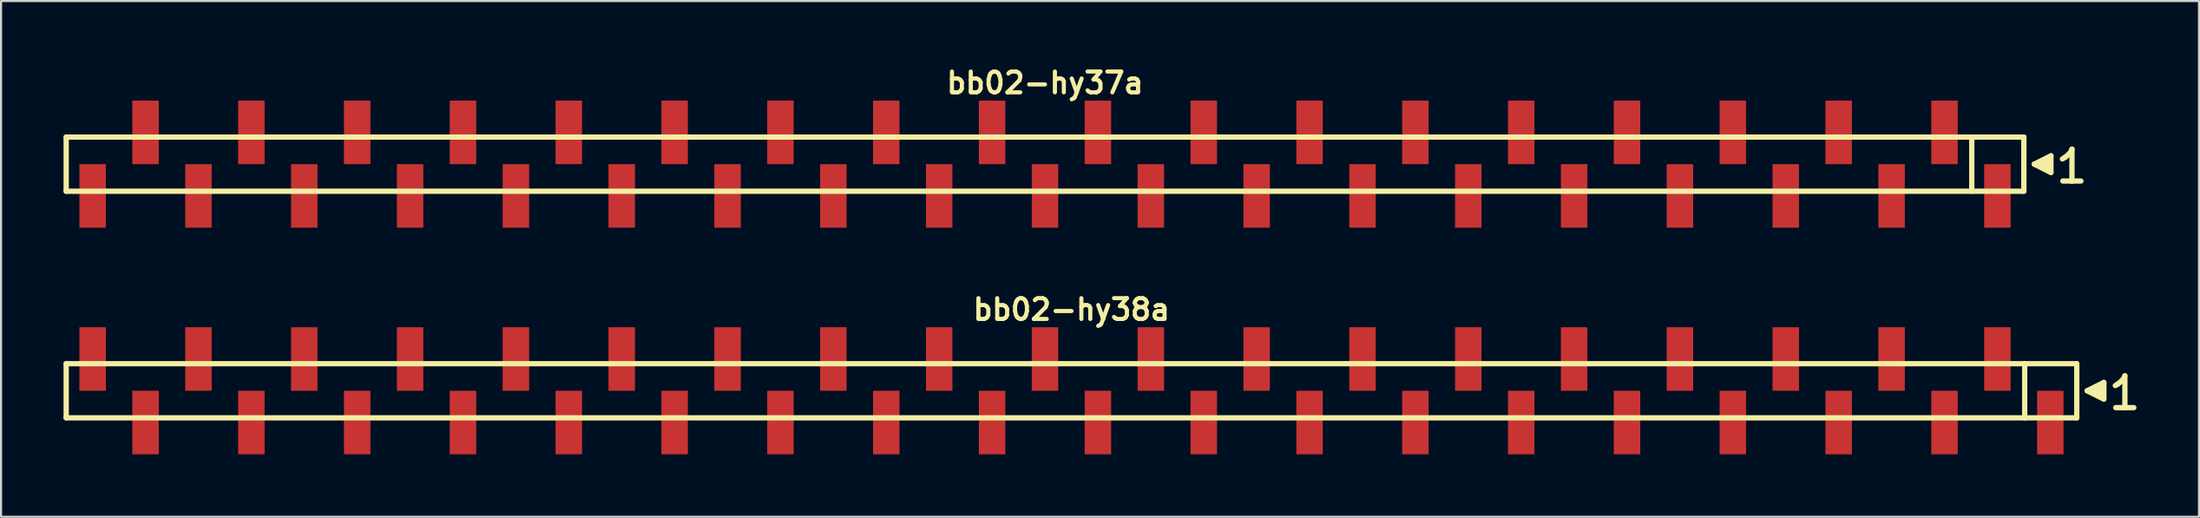
<source format=kicad_pcb>
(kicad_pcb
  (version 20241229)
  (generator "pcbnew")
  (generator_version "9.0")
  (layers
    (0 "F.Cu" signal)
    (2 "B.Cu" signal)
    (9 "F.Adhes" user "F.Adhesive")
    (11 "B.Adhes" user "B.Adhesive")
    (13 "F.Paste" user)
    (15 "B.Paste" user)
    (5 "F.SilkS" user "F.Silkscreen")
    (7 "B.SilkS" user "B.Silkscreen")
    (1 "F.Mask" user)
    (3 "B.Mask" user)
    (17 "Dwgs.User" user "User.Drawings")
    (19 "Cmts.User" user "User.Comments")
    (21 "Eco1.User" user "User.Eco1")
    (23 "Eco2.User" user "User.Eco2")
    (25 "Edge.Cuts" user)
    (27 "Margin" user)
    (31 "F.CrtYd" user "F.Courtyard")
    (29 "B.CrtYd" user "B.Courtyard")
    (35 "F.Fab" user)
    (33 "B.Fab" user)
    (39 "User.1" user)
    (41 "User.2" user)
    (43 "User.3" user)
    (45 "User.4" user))
  (footprint "bb02-hy37a"
    (layer "F.Cu")
    (at 47.117 4.832)
    (property "Reference" "bb02-hy37a" (at 0 -3.9 0) (layer "F.SilkS") (effects (font (size 0.998 0.998) (thickness 0.198))))
    (attr through_hole)
    (fp_line (start -46.99 -1.3) (end 46.99 -1.3) (stroke (width 0.254) (type solid)) (layer "F.SilkS"))
    (fp_line (start -46.99 1.3) (end -46.99 -1.3) (stroke (width 0.254) (type solid)) (layer "F.SilkS"))
    (fp_line (start 44.49 1.3) (end 44.49 -1.3) (stroke (width 0.254) (type solid)) (layer "F.SilkS"))
    (fp_line (start 46.99 -1.3) (end 46.99 1.3) (stroke (width 0.254) (type solid)) (layer "F.SilkS"))
    (fp_line (start 46.99 1.3) (end -46.99 1.3) (stroke (width 0.254) (type solid)) (layer "F.SilkS"))
    (fp_line (start 47.49 0) (end 48.29 0.4) (stroke (width 0.254) (type solid)) (layer "F.SilkS"))
    (fp_line (start 47.79 0.1) (end 47.79 -0.1) (stroke (width 0.254) (type solid)) (layer "F.SilkS"))
    (fp_line (start 47.89 -0.1) (end 47.89 0.1) (stroke (width 0.254) (type solid)) (layer "F.SilkS"))
    (fp_line (start 47.99 0.2) (end 47.99 -0.2) (stroke (width 0.254) (type solid)) (layer "F.SilkS"))
    (fp_line (start 48.09 -0.2) (end 48.09 0.2) (stroke (width 0.254) (type solid)) (layer "F.SilkS"))
    (fp_line (start 48.19 0.3) (end 48.19 -0.3) (stroke (width 0.254) (type solid)) (layer "F.SilkS"))
    (fp_line (start 48.29 -0.4) (end 47.49 0) (stroke (width 0.254) (type solid)) (layer "F.SilkS"))
    (fp_line (start 48.29 0.4) (end 48.29 -0.4) (stroke (width 0.254) (type solid)) (layer "F.SilkS"))
    (fp_line (start 48.84 -0.25) (end 48.97 -0.33) (stroke (width 0.254) (type solid)) (layer "F.SilkS"))
    (fp_line (start 48.97 -0.33) (end 49.13 -0.46) (stroke (width 0.254) (type solid)) (layer "F.SilkS"))
    (fp_line (start 49.13 -0.46) (end 49.27 -0.63) (stroke (width 0.254) (type solid)) (layer "F.SilkS"))
    (fp_line (start 49.27 -0.63) (end 49.3 -0.72) (stroke (width 0.254) (type solid)) (layer "F.SilkS"))
    (fp_line (start 49.3 -0.72) (end 49.3 0.81) (stroke (width 0.254) (type solid)) (layer "F.SilkS"))
    (fp_line (start 49.3 0.81) (end 48.86 0.81) (stroke (width 0.254) (type solid)) (layer "F.SilkS"))
    (fp_line (start 49.73 0.81) (end 49.29 0.81) (stroke (width 0.254) (type solid)) (layer "F.SilkS"))
    (pad "1" smd rect (at 45.72 1.525) (size 1.27 3.05) (layers "F.Cu" "F.Mask" "F.Paste"))
    (pad "2" smd rect (at 43.18 -1.525) (size 1.27 3.05) (layers "F.Cu" "F.Mask" "F.Paste"))
    (pad "3" smd rect (at 40.64 1.525) (size 1.27 3.05) (layers "F.Cu" "F.Mask" "F.Paste"))
    (pad "4" smd rect (at 38.1 -1.525) (size 1.27 3.05) (layers "F.Cu" "F.Mask" "F.Paste"))
    (pad "5" smd rect (at 35.56 1.525) (size 1.27 3.05) (layers "F.Cu" "F.Mask" "F.Paste"))
    (pad "6" smd rect (at 33.02 -1.525) (size 1.27 3.05) (layers "F.Cu" "F.Mask" "F.Paste"))
    (pad "7" smd rect (at 30.48 1.525) (size 1.27 3.05) (layers "F.Cu" "F.Mask" "F.Paste"))
    (pad "8" smd rect (at 27.94 -1.525) (size 1.27 3.05) (layers "F.Cu" "F.Mask" "F.Paste"))
    (pad "9" smd rect (at 25.4 1.525) (size 1.27 3.05) (layers "F.Cu" "F.Mask" "F.Paste"))
    (pad "10" smd rect (at 22.86 -1.525) (size 1.27 3.05) (layers "F.Cu" "F.Mask" "F.Paste"))
    (pad "11" smd rect (at 20.32 1.525) (size 1.27 3.05) (layers "F.Cu" "F.Mask" "F.Paste"))
    (pad "12" smd rect (at 17.78 -1.525) (size 1.27 3.05) (layers "F.Cu" "F.Mask" "F.Paste"))
    (pad "13" smd rect (at 15.24 1.525) (size 1.27 3.05) (layers "F.Cu" "F.Mask" "F.Paste"))
    (pad "14" smd rect (at 12.7 -1.525) (size 1.27 3.05) (layers "F.Cu" "F.Mask" "F.Paste"))
    (pad "15" smd rect (at 10.16 1.525) (size 1.27 3.05) (layers "F.Cu" "F.Mask" "F.Paste"))
    (pad "16" smd rect (at 7.62 -1.525) (size 1.27 3.05) (layers "F.Cu" "F.Mask" "F.Paste"))
    (pad "17" smd rect (at 5.08 1.525) (size 1.27 3.05) (layers "F.Cu" "F.Mask" "F.Paste"))
    (pad "18" smd rect (at 2.54 -1.525) (size 1.27 3.05) (layers "F.Cu" "F.Mask" "F.Paste"))
    (pad "19" smd rect (at 0 1.525) (size 1.27 3.05) (layers "F.Cu" "F.Mask" "F.Paste"))
    (pad "20" smd rect (at -2.54 -1.525) (size 1.27 3.05) (layers "F.Cu" "F.Mask" "F.Paste"))
    (pad "21" smd rect (at -5.08 1.525) (size 1.27 3.05) (layers "F.Cu" "F.Mask" "F.Paste"))
    (pad "22" smd rect (at -7.62 -1.525) (size 1.27 3.05) (layers "F.Cu" "F.Mask" "F.Paste"))
    (pad "23" smd rect (at -10.16 1.525) (size 1.27 3.05) (layers "F.Cu" "F.Mask" "F.Paste"))
    (pad "24" smd rect (at -12.7 -1.525) (size 1.27 3.05) (layers "F.Cu" "F.Mask" "F.Paste"))
    (pad "25" smd rect (at -15.24 1.525) (size 1.27 3.05) (layers "F.Cu" "F.Mask" "F.Paste"))
    (pad "26" smd rect (at -17.78 -1.525) (size 1.27 3.05) (layers "F.Cu" "F.Mask" "F.Paste"))
    (pad "27" smd rect (at -20.32 1.525) (size 1.27 3.05) (layers "F.Cu" "F.Mask" "F.Paste"))
    (pad "28" smd rect (at -22.86 -1.525) (size 1.27 3.05) (layers "F.Cu" "F.Mask" "F.Paste"))
    (pad "29" smd rect (at -25.4 1.525) (size 1.27 3.05) (layers "F.Cu" "F.Mask" "F.Paste"))
    (pad "30" smd rect (at -27.94 -1.525) (size 1.27 3.05) (layers "F.Cu" "F.Mask" "F.Paste"))
    (pad "31" smd rect (at -30.48 1.525) (size 1.27 3.05) (layers "F.Cu" "F.Mask" "F.Paste"))
    (pad "32" smd rect (at -33.02 -1.525) (size 1.27 3.05) (layers "F.Cu" "F.Mask" "F.Paste"))
    (pad "33" smd rect (at -35.56 1.525) (size 1.27 3.05) (layers "F.Cu" "F.Mask" "F.Paste"))
    (pad "34" smd rect (at -38.1 -1.525) (size 1.27 3.05) (layers "F.Cu" "F.Mask" "F.Paste"))
    (pad "35" smd rect (at -40.64 1.525) (size 1.27 3.05) (layers "F.Cu" "F.Mask" "F.Paste"))
    (pad "36" smd rect (at -43.18 -1.525) (size 1.27 3.05) (layers "F.Cu" "F.Mask" "F.Paste"))
    (pad "37" smd rect (at -45.72 1.525) (size 1.27 3.05) (layers "F.Cu" "F.Mask" "F.Paste")))
  (footprint "bb02-hy38a"
    (layer "F.Cu")
    (at 48.387 15.713)
    (property "Reference" "bb02-hy38a" (at 0 -3.9 0) (layer "F.SilkS") (effects (font (size 0.998 0.998) (thickness 0.198))))
    (attr through_hole)
    (fp_line (start -48.26 -1.3) (end 48.26 -1.3) (stroke (width 0.254) (type solid)) (layer "F.SilkS"))
    (fp_line (start -48.26 1.3) (end -48.26 -1.3) (stroke (width 0.254) (type solid)) (layer "F.SilkS"))
    (fp_line (start 45.76 1.3) (end 45.76 -1.3) (stroke (width 0.254) (type solid)) (layer "F.SilkS"))
    (fp_line (start 48.26 -1.3) (end 48.26 1.3) (stroke (width 0.254) (type solid)) (layer "F.SilkS"))
    (fp_line (start 48.26 1.3) (end -48.26 1.3) (stroke (width 0.254) (type solid)) (layer "F.SilkS"))
    (fp_line (start 48.76 0) (end 49.56 0.4) (stroke (width 0.254) (type solid)) (layer "F.SilkS"))
    (fp_line (start 49.06 0.1) (end 49.06 -0.1) (stroke (width 0.254) (type solid)) (layer "F.SilkS"))
    (fp_line (start 49.16 -0.1) (end 49.16 0.1) (stroke (width 0.254) (type solid)) (layer "F.SilkS"))
    (fp_line (start 49.26 0.2) (end 49.26 -0.2) (stroke (width 0.254) (type solid)) (layer "F.SilkS"))
    (fp_line (start 49.36 -0.2) (end 49.36 0.2) (stroke (width 0.254) (type solid)) (layer "F.SilkS"))
    (fp_line (start 49.46 0.3) (end 49.46 -0.3) (stroke (width 0.254) (type solid)) (layer "F.SilkS"))
    (fp_line (start 49.56 -0.4) (end 48.76 0) (stroke (width 0.254) (type solid)) (layer "F.SilkS"))
    (fp_line (start 49.56 0.4) (end 49.56 -0.4) (stroke (width 0.254) (type solid)) (layer "F.SilkS"))
    (fp_line (start 50.11 -0.25) (end 50.24 -0.33) (stroke (width 0.254) (type solid)) (layer "F.SilkS"))
    (fp_line (start 50.24 -0.33) (end 50.4 -0.46) (stroke (width 0.254) (type solid)) (layer "F.SilkS"))
    (fp_line (start 50.4 -0.46) (end 50.54 -0.63) (stroke (width 0.254) (type solid)) (layer "F.SilkS"))
    (fp_line (start 50.54 -0.63) (end 50.57 -0.72) (stroke (width 0.254) (type solid)) (layer "F.SilkS"))
    (fp_line (start 50.57 -0.72) (end 50.57 0.81) (stroke (width 0.254) (type solid)) (layer "F.SilkS"))
    (fp_line (start 50.57 0.81) (end 50.13 0.81) (stroke (width 0.254) (type solid)) (layer "F.SilkS"))
    (fp_line (start 51 0.81) (end 50.56 0.81) (stroke (width 0.254) (type solid)) (layer "F.SilkS"))
    (pad "1" smd rect (at 46.99 1.525) (size 1.27 3.05) (layers "F.Cu" "F.Mask" "F.Paste"))
    (pad "2" smd rect (at 44.45 -1.525) (size 1.27 3.05) (layers "F.Cu" "F.Mask" "F.Paste"))
    (pad "3" smd rect (at 41.91 1.525) (size 1.27 3.05) (layers "F.Cu" "F.Mask" "F.Paste"))
    (pad "4" smd rect (at 39.37 -1.525) (size 1.27 3.05) (layers "F.Cu" "F.Mask" "F.Paste"))
    (pad "5" smd rect (at 36.83 1.525) (size 1.27 3.05) (layers "F.Cu" "F.Mask" "F.Paste"))
    (pad "6" smd rect (at 34.29 -1.525) (size 1.27 3.05) (layers "F.Cu" "F.Mask" "F.Paste"))
    (pad "7" smd rect (at 31.75 1.525) (size 1.27 3.05) (layers "F.Cu" "F.Mask" "F.Paste"))
    (pad "8" smd rect (at 29.21 -1.525) (size 1.27 3.05) (layers "F.Cu" "F.Mask" "F.Paste"))
    (pad "9" smd rect (at 26.67 1.525) (size 1.27 3.05) (layers "F.Cu" "F.Mask" "F.Paste"))
    (pad "10" smd rect (at 24.13 -1.525) (size 1.27 3.05) (layers "F.Cu" "F.Mask" "F.Paste"))
    (pad "11" smd rect (at 21.59 1.525) (size 1.27 3.05) (layers "F.Cu" "F.Mask" "F.Paste"))
    (pad "12" smd rect (at 19.05 -1.525) (size 1.27 3.05) (layers "F.Cu" "F.Mask" "F.Paste"))
    (pad "13" smd rect (at 16.51 1.525) (size 1.27 3.05) (layers "F.Cu" "F.Mask" "F.Paste"))
    (pad "14" smd rect (at 13.97 -1.525) (size 1.27 3.05) (layers "F.Cu" "F.Mask" "F.Paste"))
    (pad "15" smd rect (at 11.43 1.525) (size 1.27 3.05) (layers "F.Cu" "F.Mask" "F.Paste"))
    (pad "16" smd rect (at 8.89 -1.525) (size 1.27 3.05) (layers "F.Cu" "F.Mask" "F.Paste"))
    (pad "17" smd rect (at 6.35 1.525) (size 1.27 3.05) (layers "F.Cu" "F.Mask" "F.Paste"))
    (pad "18" smd rect (at 3.81 -1.525) (size 1.27 3.05) (layers "F.Cu" "F.Mask" "F.Paste"))
    (pad "19" smd rect (at 1.27 1.525) (size 1.27 3.05) (layers "F.Cu" "F.Mask" "F.Paste"))
    (pad "20" smd rect (at -1.27 -1.525) (size 1.27 3.05) (layers "F.Cu" "F.Mask" "F.Paste"))
    (pad "21" smd rect (at -3.81 1.525) (size 1.27 3.05) (layers "F.Cu" "F.Mask" "F.Paste"))
    (pad "22" smd rect (at -6.35 -1.525) (size 1.27 3.05) (layers "F.Cu" "F.Mask" "F.Paste"))
    (pad "23" smd rect (at -8.89 1.525) (size 1.27 3.05) (layers "F.Cu" "F.Mask" "F.Paste"))
    (pad "24" smd rect (at -11.43 -1.525) (size 1.27 3.05) (layers "F.Cu" "F.Mask" "F.Paste"))
    (pad "25" smd rect (at -13.97 1.525) (size 1.27 3.05) (layers "F.Cu" "F.Mask" "F.Paste"))
    (pad "26" smd rect (at -16.51 -1.525) (size 1.27 3.05) (layers "F.Cu" "F.Mask" "F.Paste"))
    (pad "27" smd rect (at -19.05 1.525) (size 1.27 3.05) (layers "F.Cu" "F.Mask" "F.Paste"))
    (pad "28" smd rect (at -21.59 -1.525) (size 1.27 3.05) (layers "F.Cu" "F.Mask" "F.Paste"))
    (pad "29" smd rect (at -24.13 1.525) (size 1.27 3.05) (layers "F.Cu" "F.Mask" "F.Paste"))
    (pad "30" smd rect (at -26.67 -1.525) (size 1.27 3.05) (layers "F.Cu" "F.Mask" "F.Paste"))
    (pad "31" smd rect (at -29.21 1.525) (size 1.27 3.05) (layers "F.Cu" "F.Mask" "F.Paste"))
    (pad "32" smd rect (at -31.75 -1.525) (size 1.27 3.05) (layers "F.Cu" "F.Mask" "F.Paste"))
    (pad "33" smd rect (at -34.29 1.525) (size 1.27 3.05) (layers "F.Cu" "F.Mask" "F.Paste"))
    (pad "34" smd rect (at -36.83 -1.525) (size 1.27 3.05) (layers "F.Cu" "F.Mask" "F.Paste"))
    (pad "35" smd rect (at -39.37 1.525) (size 1.27 3.05) (layers "F.Cu" "F.Mask" "F.Paste"))
    (pad "36" smd rect (at -41.91 -1.525) (size 1.27 3.05) (layers "F.Cu" "F.Mask" "F.Paste"))
    (pad "37" smd rect (at -44.45 1.525) (size 1.27 3.05) (layers "F.Cu" "F.Mask" "F.Paste"))
    (pad "38" smd rect (at -46.99 -1.525) (size 1.27 3.05) (layers "F.Cu" "F.Mask" "F.Paste")))
  (gr_rect
    (start -3 -3)
    (end 102.514 21.763)
    (stroke (width 0.1) (type default))
    (fill no)
    (layer "Edge.Cuts")))
</source>
